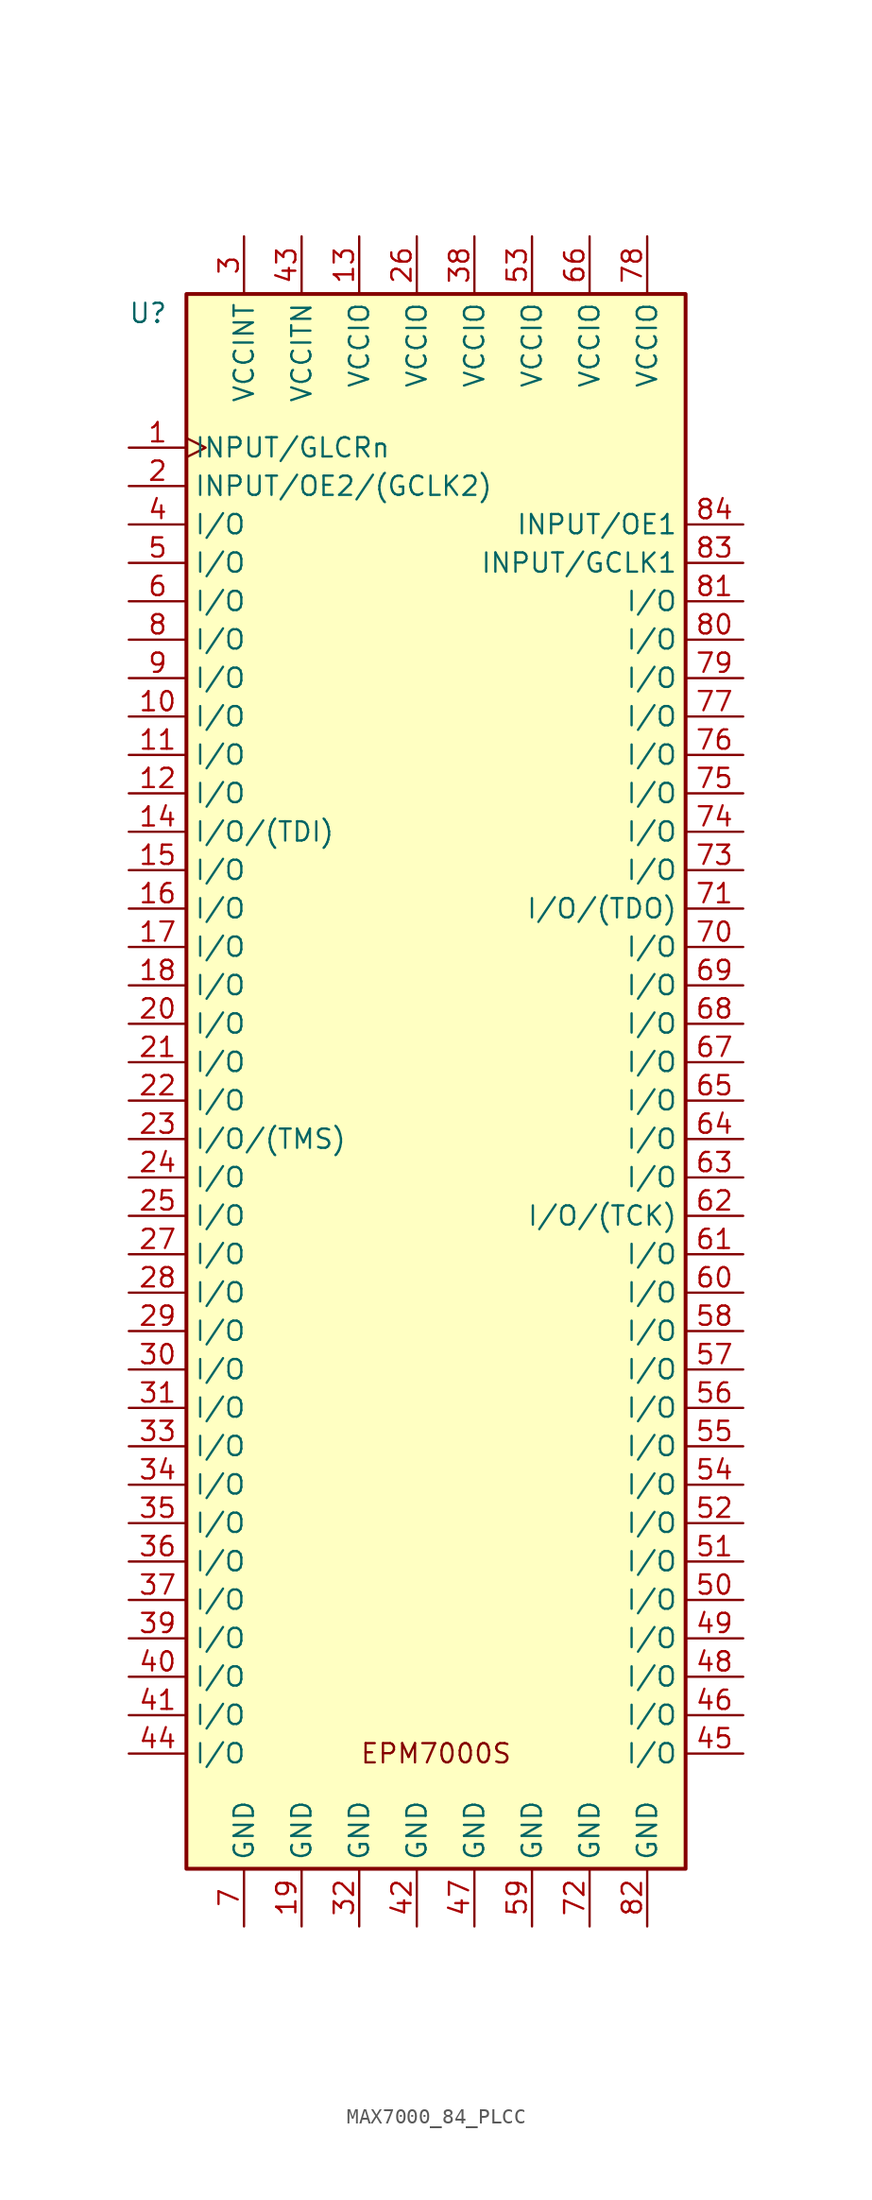
<source format=kicad_sym>
(kicad_symbol_lib
  (version 20220914)
  (generator kicad_symbol_editor)
  (symbol "MAX7000_84_PLCC"
    (property "Reference" "U"
      (at -17.78 33.02 0)
      (effects (font (size 1.27 1.27))))
    (property "Value" ""
      (at 0 0 0)
      (effects (font (size 1.27 1.27))))
    (symbol "MAX7000_84_PLCC_0_1"
      (rectangle (start -15.24 34.29) (end 17.78 -69.85) (stroke (width 0.254) (type default)) (fill (type background))))
    (symbol "MAX7000_84_PLCC_1_1"
      (text "EPM7000S" (at 1.27 -62.23 0) (effects (font (size 1.27 1.27))))
      (pin input clock (at -19.05 24.13 0) (length 3.81) (name "INPUT/GLCRn" (effects (font (size 1.27 1.27)))) (number "1" (effects (font (size 1.27 1.27)))))
      (pin bidirectional line (at -19.05 6.35 0) (length 3.81) (name "I/O" (effects (font (size 1.27 1.27)))) (number "10" (effects (font (size 1.27 1.27)))))
      (pin bidirectional line (at -19.05 3.81 0) (length 3.81) (name "I/O" (effects (font (size 1.27 1.27)))) (number "11" (effects (font (size 1.27 1.27)))))
      (pin bidirectional line (at -19.05 1.27 0) (length 3.81) (name "I/O" (effects (font (size 1.27 1.27)))) (number "12" (effects (font (size 1.27 1.27)))))
      (pin power_in line (at -3.81 38.1 270) (length 3.81) (name "VCCIO" (effects (font (size 1.27 1.27)))) (number "13" (effects (font (size 1.27 1.27)))))
      (pin bidirectional line (at -19.05 -1.27 0) (length 3.81) (name "I/O/(TDI)" (effects (font (size 1.27 1.27)))) (number "14" (effects (font (size 1.27 1.27)))))
      (pin bidirectional line (at -19.05 -3.81 0) (length 3.81) (name "I/O" (effects (font (size 1.27 1.27)))) (number "15" (effects (font (size 1.27 1.27)))))
      (pin bidirectional line (at -19.05 -6.35 0) (length 3.81) (name "I/O" (effects (font (size 1.27 1.27)))) (number "16" (effects (font (size 1.27 1.27)))))
      (pin bidirectional line (at -19.05 -8.89 0) (length 3.81) (name "I/O" (effects (font (size 1.27 1.27)))) (number "17" (effects (font (size 1.27 1.27)))))
      (pin bidirectional line (at -19.05 -11.43 0) (length 3.81) (name "I/O" (effects (font (size 1.27 1.27)))) (number "18" (effects (font (size 1.27 1.27)))))
      (pin power_in line (at -7.62 -73.66 90) (length 3.81) (name "GND" (effects (font (size 1.27 1.27)))) (number "19" (effects (font (size 1.27 1.27)))))
      (pin input line (at -19.05 21.59 0) (length 3.81) (name "INPUT/OE2/(GCLK2)" (effects (font (size 1.27 1.27)))) (number "2" (effects (font (size 1.27 1.27)))))
      (pin bidirectional line (at -19.05 -13.97 0) (length 3.81) (name "I/O" (effects (font (size 1.27 1.27)))) (number "20" (effects (font (size 1.27 1.27)))))
      (pin bidirectional line (at -19.05 -16.51 0) (length 3.81) (name "I/O" (effects (font (size 1.27 1.27)))) (number "21" (effects (font (size 1.27 1.27)))))
      (pin bidirectional line (at -19.05 -19.05 0) (length 3.81) (name "I/O" (effects (font (size 1.27 1.27)))) (number "22" (effects (font (size 1.27 1.27)))))
      (pin bidirectional line (at -19.05 -21.59 0) (length 3.81) (name "I/O/(TMS)" (effects (font (size 1.27 1.27)))) (number "23" (effects (font (size 1.27 1.27)))))
      (pin bidirectional line (at -19.05 -24.13 0) (length 3.81) (name "I/O" (effects (font (size 1.27 1.27)))) (number "24" (effects (font (size 1.27 1.27)))))
      (pin bidirectional line (at -19.05 -26.67 0) (length 3.81) (name "I/O" (effects (font (size 1.27 1.27)))) (number "25" (effects (font (size 1.27 1.27)))))
      (pin power_in line (at 0 38.1 270) (length 3.81) (name "VCCIO" (effects (font (size 1.27 1.27)))) (number "26" (effects (font (size 1.27 1.27)))))
      (pin bidirectional line (at -19.05 -29.21 0) (length 3.81) (name "I/O" (effects (font (size 1.27 1.27)))) (number "27" (effects (font (size 1.27 1.27)))))
      (pin bidirectional line (at -19.05 -31.75 0) (length 3.81) (name "I/O" (effects (font (size 1.27 1.27)))) (number "28" (effects (font (size 1.27 1.27)))))
      (pin bidirectional line (at -19.05 -34.29 0) (length 3.81) (name "I/O" (effects (font (size 1.27 1.27)))) (number "29" (effects (font (size 1.27 1.27)))))
      (pin power_in line (at -11.43 38.1 270) (length 3.81) (name "VCCINT" (effects (font (size 1.27 1.27)))) (number "3" (effects (font (size 1.27 1.27)))))
      (pin bidirectional line (at -19.05 -36.83 0) (length 3.81) (name "I/O" (effects (font (size 1.27 1.27)))) (number "30" (effects (font (size 1.27 1.27)))))
      (pin bidirectional line (at -19.05 -39.37 0) (length 3.81) (name "I/O" (effects (font (size 1.27 1.27)))) (number "31" (effects (font (size 1.27 1.27)))))
      (pin power_in line (at -3.81 -73.66 90) (length 3.81) (name "GND" (effects (font (size 1.27 1.27)))) (number "32" (effects (font (size 1.27 1.27)))))
      (pin bidirectional line (at -19.05 -41.91 0) (length 3.81) (name "I/O" (effects (font (size 1.27 1.27)))) (number "33" (effects (font (size 1.27 1.27)))))
      (pin bidirectional line (at -19.05 -44.45 0) (length 3.81) (name "I/O" (effects (font (size 1.27 1.27)))) (number "34" (effects (font (size 1.27 1.27)))))
      (pin bidirectional line (at -19.05 -46.99 0) (length 3.81) (name "I/O" (effects (font (size 1.27 1.27)))) (number "35" (effects (font (size 1.27 1.27)))))
      (pin bidirectional line (at -19.05 -49.53 0) (length 3.81) (name "I/O" (effects (font (size 1.27 1.27)))) (number "36" (effects (font (size 1.27 1.27)))))
      (pin bidirectional line (at -19.05 -52.07 0) (length 3.81) (name "I/O" (effects (font (size 1.27 1.27)))) (number "37" (effects (font (size 1.27 1.27)))))
      (pin power_in line (at 3.81 38.1 270) (length 3.81) (name "VCCIO" (effects (font (size 1.27 1.27)))) (number "38" (effects (font (size 1.27 1.27)))))
      (pin bidirectional line (at -19.05 -54.61 0) (length 3.81) (name "I/O" (effects (font (size 1.27 1.27)))) (number "39" (effects (font (size 1.27 1.27)))))
      (pin bidirectional line (at -19.05 19.05 0) (length 3.81) (name "I/O" (effects (font (size 1.27 1.27)))) (number "4" (effects (font (size 1.27 1.27)))))
      (pin bidirectional line (at -19.05 -57.15 0) (length 3.81) (name "I/O" (effects (font (size 1.27 1.27)))) (number "40" (effects (font (size 1.27 1.27)))))
      (pin bidirectional line (at -19.05 -59.69 0) (length 3.81) (name "I/O" (effects (font (size 1.27 1.27)))) (number "41" (effects (font (size 1.27 1.27)))))
      (pin power_in line (at 0 -73.66 90) (length 3.81) (name "GND" (effects (font (size 1.27 1.27)))) (number "42" (effects (font (size 1.27 1.27)))))
      (pin power_in line (at -7.62 38.1 270) (length 3.81) (name "VCCITN" (effects (font (size 1.27 1.27)))) (number "43" (effects (font (size 1.27 1.27)))))
      (pin bidirectional line (at -19.05 -62.23 0) (length 3.81) (name "I/O" (effects (font (size 1.27 1.27)))) (number "44" (effects (font (size 1.27 1.27)))))
      (pin bidirectional line (at 21.59 -62.23 180) (length 3.81) (name "I/O" (effects (font (size 1.27 1.27)))) (number "45" (effects (font (size 1.27 1.27)))))
      (pin bidirectional line (at 21.59 -59.69 180) (length 3.81) (name "I/O" (effects (font (size 1.27 1.27)))) (number "46" (effects (font (size 1.27 1.27)))))
      (pin power_in line (at 3.81 -73.66 90) (length 3.81) (name "GND" (effects (font (size 1.27 1.27)))) (number "47" (effects (font (size 1.27 1.27)))))
      (pin bidirectional line (at 21.59 -57.15 180) (length 3.81) (name "I/O" (effects (font (size 1.27 1.27)))) (number "48" (effects (font (size 1.27 1.27)))))
      (pin bidirectional line (at 21.59 -54.61 180) (length 3.81) (name "I/O" (effects (font (size 1.27 1.27)))) (number "49" (effects (font (size 1.27 1.27)))))
      (pin bidirectional line (at -19.05 16.51 0) (length 3.81) (name "I/O" (effects (font (size 1.27 1.27)))) (number "5" (effects (font (size 1.27 1.27)))))
      (pin bidirectional line (at 21.59 -52.07 180) (length 3.81) (name "I/O" (effects (font (size 1.27 1.27)))) (number "50" (effects (font (size 1.27 1.27)))))
      (pin bidirectional line (at 21.59 -49.53 180) (length 3.81) (name "I/O" (effects (font (size 1.27 1.27)))) (number "51" (effects (font (size 1.27 1.27)))))
      (pin bidirectional line (at 21.59 -46.99 180) (length 3.81) (name "I/O" (effects (font (size 1.27 1.27)))) (number "52" (effects (font (size 1.27 1.27)))))
      (pin power_in line (at 7.62 38.1 270) (length 3.81) (name "VCCIO" (effects (font (size 1.27 1.27)))) (number "53" (effects (font (size 1.27 1.27)))))
      (pin bidirectional line (at 21.59 -44.45 180) (length 3.81) (name "I/O" (effects (font (size 1.27 1.27)))) (number "54" (effects (font (size 1.27 1.27)))))
      (pin bidirectional line (at 21.59 -41.91 180) (length 3.81) (name "I/O" (effects (font (size 1.27 1.27)))) (number "55" (effects (font (size 1.27 1.27)))))
      (pin bidirectional line (at 21.59 -39.37 180) (length 3.81) (name "I/O" (effects (font (size 1.27 1.27)))) (number "56" (effects (font (size 1.27 1.27)))))
      (pin bidirectional line (at 21.59 -36.83 180) (length 3.81) (name "I/O" (effects (font (size 1.27 1.27)))) (number "57" (effects (font (size 1.27 1.27)))))
      (pin bidirectional line (at 21.59 -34.29 180) (length 3.81) (name "I/O" (effects (font (size 1.27 1.27)))) (number "58" (effects (font (size 1.27 1.27)))))
      (pin power_in line (at 7.62 -73.66 90) (length 3.81) (name "GND" (effects (font (size 1.27 1.27)))) (number "59" (effects (font (size 1.27 1.27)))))
      (pin bidirectional line (at -19.05 13.97 0) (length 3.81) (name "I/O" (effects (font (size 1.27 1.27)))) (number "6" (effects (font (size 1.27 1.27)))))
      (pin bidirectional line (at 21.59 -31.75 180) (length 3.81) (name "I/O" (effects (font (size 1.27 1.27)))) (number "60" (effects (font (size 1.27 1.27)))))
      (pin bidirectional line (at 21.59 -29.21 180) (length 3.81) (name "I/O" (effects (font (size 1.27 1.27)))) (number "61" (effects (font (size 1.27 1.27)))))
      (pin bidirectional line (at 21.59 -26.67 180) (length 3.81) (name "I/O/(TCK)" (effects (font (size 1.27 1.27)))) (number "62" (effects (font (size 1.27 1.27)))))
      (pin bidirectional line (at 21.59 -24.13 180) (length 3.81) (name "I/O" (effects (font (size 1.27 1.27)))) (number "63" (effects (font (size 1.27 1.27)))))
      (pin bidirectional line (at 21.59 -21.59 180) (length 3.81) (name "I/O" (effects (font (size 1.27 1.27)))) (number "64" (effects (font (size 1.27 1.27)))))
      (pin bidirectional line (at 21.59 -19.05 180) (length 3.81) (name "I/O" (effects (font (size 1.27 1.27)))) (number "65" (effects (font (size 1.27 1.27)))))
      (pin power_in line (at 11.43 38.1 270) (length 3.81) (name "VCCIO" (effects (font (size 1.27 1.27)))) (number "66" (effects (font (size 1.27 1.27)))))
      (pin bidirectional line (at 21.59 -16.51 180) (length 3.81) (name "I/O" (effects (font (size 1.27 1.27)))) (number "67" (effects (font (size 1.27 1.27)))))
      (pin bidirectional line (at 21.59 -13.97 180) (length 3.81) (name "I/O" (effects (font (size 1.27 1.27)))) (number "68" (effects (font (size 1.27 1.27)))))
      (pin bidirectional line (at 21.59 -11.43 180) (length 3.81) (name "I/O" (effects (font (size 1.27 1.27)))) (number "69" (effects (font (size 1.27 1.27)))))
      (pin power_in line (at -11.43 -73.66 90) (length 3.81) (name "GND" (effects (font (size 1.27 1.27)))) (number "7" (effects (font (size 1.27 1.27)))))
      (pin bidirectional line (at 21.59 -8.89 180) (length 3.81) (name "I/O" (effects (font (size 1.27 1.27)))) (number "70" (effects (font (size 1.27 1.27)))))
      (pin bidirectional line (at 21.59 -6.35 180) (length 3.81) (name "I/O/(TDO)" (effects (font (size 1.27 1.27)))) (number "71" (effects (font (size 1.27 1.27)))))
      (pin power_in line (at 11.43 -73.66 90) (length 3.81) (name "GND" (effects (font (size 1.27 1.27)))) (number "72" (effects (font (size 1.27 1.27)))))
      (pin bidirectional line (at 21.59 -3.81 180) (length 3.81) (name "I/O" (effects (font (size 1.27 1.27)))) (number "73" (effects (font (size 1.27 1.27)))))
      (pin bidirectional line (at 21.59 -1.27 180) (length 3.81) (name "I/O" (effects (font (size 1.27 1.27)))) (number "74" (effects (font (size 1.27 1.27)))))
      (pin bidirectional line (at 21.59 1.27 180) (length 3.81) (name "I/O" (effects (font (size 1.27 1.27)))) (number "75" (effects (font (size 1.27 1.27)))))
      (pin bidirectional line (at 21.59 3.81 180) (length 3.81) (name "I/O" (effects (font (size 1.27 1.27)))) (number "76" (effects (font (size 1.27 1.27)))))
      (pin bidirectional line (at 21.59 6.35 180) (length 3.81) (name "I/O" (effects (font (size 1.27 1.27)))) (number "77" (effects (font (size 1.27 1.27)))))
      (pin power_in line (at 15.24 38.1 270) (length 3.81) (name "VCCIO" (effects (font (size 1.27 1.27)))) (number "78" (effects (font (size 1.27 1.27)))))
      (pin bidirectional line (at 21.59 8.89 180) (length 3.81) (name "I/O" (effects (font (size 1.27 1.27)))) (number "79" (effects (font (size 1.27 1.27)))))
      (pin bidirectional line (at -19.05 11.43 0) (length 3.81) (name "I/O" (effects (font (size 1.27 1.27)))) (number "8" (effects (font (size 1.27 1.27)))))
      (pin bidirectional line (at 21.59 11.43 180) (length 3.81) (name "I/O" (effects (font (size 1.27 1.27)))) (number "80" (effects (font (size 1.27 1.27)))))
      (pin bidirectional line (at 21.59 13.97 180) (length 3.81) (name "I/O" (effects (font (size 1.27 1.27)))) (number "81" (effects (font (size 1.27 1.27)))))
      (pin power_in line (at 15.24 -73.66 90) (length 3.81) (name "GND" (effects (font (size 1.27 1.27)))) (number "82" (effects (font (size 1.27 1.27)))))
      (pin input line (at 21.59 16.51 180) (length 3.81) (name "INPUT/GCLK1" (effects (font (size 1.27 1.27)))) (number "83" (effects (font (size 1.27 1.27)))))
      (pin input line (at 21.59 19.05 180) (length 3.81) (name "INPUT/OE1" (effects (font (size 1.27 1.27)))) (number "84" (effects (font (size 1.27 1.27)))))
      (pin bidirectional line (at -19.05 8.89 0) (length 3.81) (name "I/O" (effects (font (size 1.27 1.27)))) (number "9" (effects (font (size 1.27 1.27))))))))
</source>
